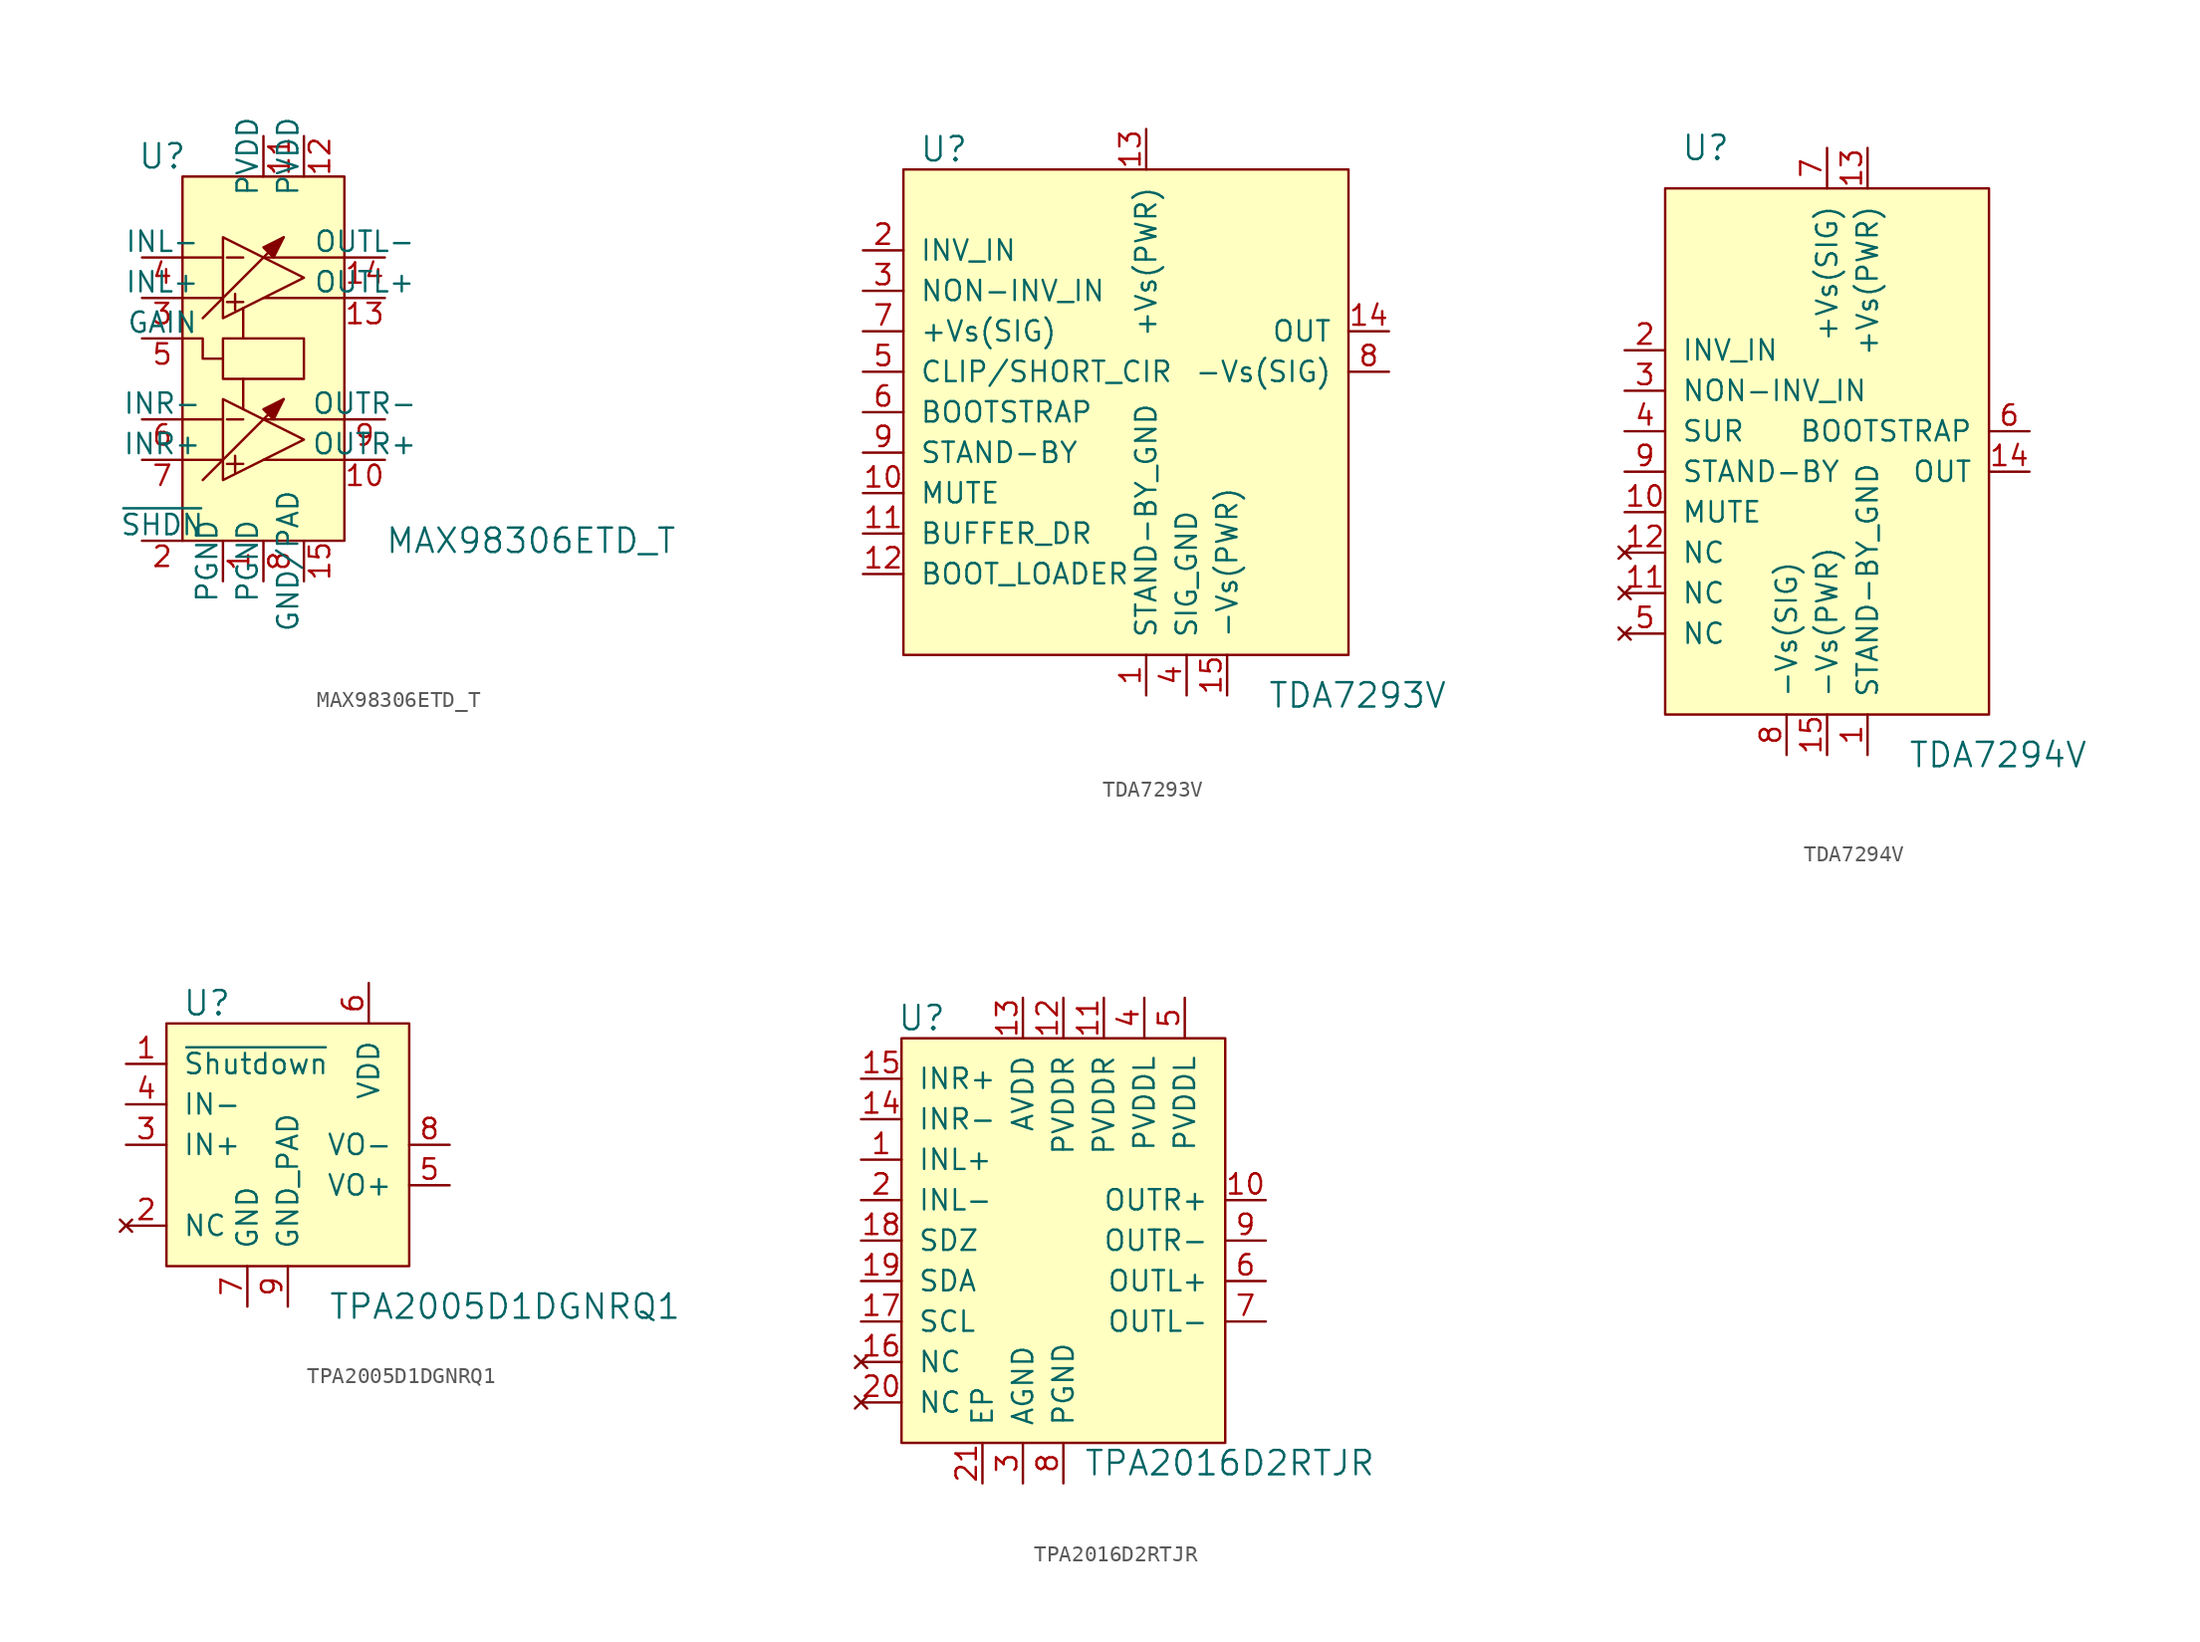
<source format=kicad_sym>
(kicad_symbol_lib
  (version 20231120)
  (generator "kicad_symbol_editor")
  (generator_version "8.0")
  (symbol "MAX98306ETD_T"
    (pin_names
      (offset 0))
    (property "Reference" "U"
      (at -6.35 11.43 0)
      (effects (font (size 1.524 1.524))))
    (property "Value" "MAX98306ETD_T"
      (at 7.62 -12.7 0)
      (effects (font (size 1.524 1.524)) (justify left)))
    (symbol "MAX98306ETD_T_0_1"
      (rectangle (start -5.08 10.16) (end 5.08 -12.7) (stroke (width 0) (type default)) (fill (type background)))
      (rectangle (start -2.54 0) (end 2.54 -2.54) (stroke (width 0) (type default)) (fill (type none)))
      (polyline (pts (xy -5.08 -7.62) (xy -2.54 -7.62)) (stroke (width 0) (type default)) (fill (type none)))
      (polyline (pts (xy -5.08 2.54) (xy -2.54 2.54)) (stroke (width 0) (type default)) (fill (type none)))
      (polyline (pts (xy -3.81 -8.89) (xy 1.27 -3.81)) (stroke (width 0) (type default)) (fill (type none)))
      (polyline (pts (xy -3.81 1.27) (xy 1.27 6.35)) (stroke (width 0) (type default)) (fill (type none)))
      (polyline (pts (xy -2.54 -5.08) (xy -5.08 -5.08)) (stroke (width 0) (type default)) (fill (type none)))
      (polyline (pts (xy -2.54 5.08) (xy -5.08 5.08)) (stroke (width 0) (type default)) (fill (type none)))
      (polyline (pts (xy -2.286 -7.874) (xy -1.27 -7.874)) (stroke (width 0) (type default)) (fill (type none)))
      (polyline (pts (xy -2.286 -5.08) (xy -1.27 -5.08)) (stroke (width 0) (type default)) (fill (type none)))
      (polyline (pts (xy -2.286 2.286) (xy -1.27 2.286)) (stroke (width 0) (type default)) (fill (type none)))
      (polyline (pts (xy -2.286 5.08) (xy -1.27 5.08)) (stroke (width 0) (type default)) (fill (type none)))
      (polyline (pts (xy -1.778 -7.366) (xy -1.778 -8.382)) (stroke (width 0) (type default)) (fill (type none)))
      (polyline (pts (xy -1.778 2.794) (xy -1.778 1.778)) (stroke (width 0) (type default)) (fill (type none)))
      (polyline (pts (xy -1.27 -4.445) (xy -1.27 -2.54)) (stroke (width 0) (type default)) (fill (type none)))
      (polyline (pts (xy -1.27 1.905) (xy -1.27 0)) (stroke (width 0) (type default)) (fill (type none)))
      (polyline (pts (xy 5.08 -7.62) (xy 0 -7.62)) (stroke (width 0) (type default)) (fill (type none)))
      (polyline (pts (xy 5.08 -5.08) (xy 0 -5.08)) (stroke (width 0) (type default)) (fill (type none)))
      (polyline (pts (xy 5.08 2.54) (xy 0 2.54)) (stroke (width 0) (type default)) (fill (type none)))
      (polyline (pts (xy 5.08 5.08) (xy 0 5.08)) (stroke (width 0) (type default)) (fill (type none)))
      (polyline (pts (xy -5.08 0) (xy -3.81 0) (xy -3.81 -1.27) (xy -2.54 -1.27)) (stroke (width 0) (type default)) (fill (type none)))
      (polyline (pts (xy -2.54 -3.81) (xy -2.54 -8.89) (xy 2.54 -6.35) (xy -2.54 -3.81)) (stroke (width 0) (type default)) (fill (type none)))
      (polyline (pts (xy -2.54 6.35) (xy -2.54 1.27) (xy 2.54 3.81) (xy -2.54 6.35)) (stroke (width 0) (type default)) (fill (type none)))
      (polyline (pts (xy 0 -4.445) (xy 1.27 -3.81) (xy 0.635 -5.08) (xy 0 -4.445)) (stroke (width 0) (type default)) (fill (type outline)))
      (polyline (pts (xy 0 5.715) (xy 1.27 6.35) (xy 0.635 5.08) (xy 0 5.715)) (stroke (width 0) (type default)) (fill (type outline))))
    (symbol "MAX98306ETD_T_1_1"
      (pin power_in line (at -2.54 -15.24 90) (length 2.54) (name "PGND" (effects (font (size 1.27 1.27)))) (number "1" (effects (font (size 1.27 1.27)))))
      (pin output line (at 7.62 -7.62 180) (length 2.54) (name "OUTR+" (effects (font (size 1.27 1.27)))) (number "10" (effects (font (size 1.27 1.27)))))
      (pin power_in line (at 0 12.7 270) (length 2.54) (name "PVDD" (effects (font (size 1.27 1.27)))) (number "11" (effects (font (size 1.27 1.27)))))
      (pin power_in line (at 2.54 12.7 270) (length 2.54) (name "PVDD" (effects (font (size 1.27 1.27)))) (number "12" (effects (font (size 1.27 1.27)))))
      (pin output line (at 7.62 2.54 180) (length 2.54) (name "OUTL+" (effects (font (size 1.27 1.27)))) (number "13" (effects (font (size 1.27 1.27)))))
      (pin output line (at 7.62 5.08 180) (length 2.54) (name "OUTL-" (effects (font (size 1.27 1.27)))) (number "14" (effects (font (size 1.27 1.27)))))
      (pin unspecified line (at 2.54 -15.24 90) (length 2.54) (name "GND/PAD" (effects (font (size 1.27 1.27)))) (number "15" (effects (font (size 1.27 1.27)))))
      (pin input line (at -7.62 -12.7 0) (length 2.54) (name "~{SHDN}" (effects (font (size 1.27 1.27)))) (number "2" (effects (font (size 1.27 1.27)))))
      (pin input line (at -7.62 2.54 0) (length 2.54) (name "INL+" (effects (font (size 1.27 1.27)))) (number "3" (effects (font (size 1.27 1.27)))))
      (pin input line (at -7.62 5.08 0) (length 2.54) (name "INL-" (effects (font (size 1.27 1.27)))) (number "4" (effects (font (size 1.27 1.27)))))
      (pin input line (at -7.62 0 0) (length 2.54) (name "GAIN" (effects (font (size 1.27 1.27)))) (number "5" (effects (font (size 1.27 1.27)))))
      (pin input line (at -7.62 -5.08 0) (length 2.54) (name "INR-" (effects (font (size 1.27 1.27)))) (number "6" (effects (font (size 1.27 1.27)))))
      (pin input line (at -7.62 -7.62 0) (length 2.54) (name "INR+" (effects (font (size 1.27 1.27)))) (number "7" (effects (font (size 1.27 1.27)))))
      (pin power_in line (at 0 -15.24 90) (length 2.54) (name "PGND" (effects (font (size 1.27 1.27)))) (number "8" (effects (font (size 1.27 1.27)))))
      (pin output line (at 7.62 -5.08 180) (length 2.54) (name "OUTR-" (effects (font (size 1.27 1.27)))) (number "9" (effects (font (size 1.27 1.27)))))))
  (symbol "TDA7293V"
    (pin_names
      (offset 1.016))
    (property "Reference" "U"
      (at -12.7 13.97 0)
      (effects (font (size 1.524 1.524))))
    (property "Value" "TDA7293V"
      (at 7.62 -20.32 0)
      (effects (font (size 1.524 1.524)) (justify left)))
    (symbol "TDA7293V_0_1"
      (rectangle (start -15.24 12.7) (end 12.7 -17.78) (stroke (width 0) (type default)) (fill (type background))))
    (symbol "TDA7293V_1_1"
      (pin power_in line (at 0 -20.32 90) (length 2.54) (name "STAND-BY_GND" (effects (font (size 1.27 1.27)))) (number "1" (effects (font (size 1.27 1.27)))))
      (pin input line (at -17.78 -7.62 0) (length 2.54) (name "MUTE" (effects (font (size 1.27 1.27)))) (number "10" (effects (font (size 1.27 1.27)))))
      (pin input line (at -17.78 -10.16 0) (length 2.54) (name "BUFFER_DR" (effects (font (size 1.27 1.27)))) (number "11" (effects (font (size 1.27 1.27)))))
      (pin passive line (at -17.78 -12.7 0) (length 2.54) (name "BOOT_LOADER" (effects (font (size 1.27 1.27)))) (number "12" (effects (font (size 1.27 1.27)))))
      (pin power_in line (at 0 15.24 270) (length 2.54) (name "+Vs(PWR)" (effects (font (size 1.27 1.27)))) (number "13" (effects (font (size 1.27 1.27)))))
      (pin output line (at 15.24 2.54 180) (length 2.54) (name "OUT" (effects (font (size 1.27 1.27)))) (number "14" (effects (font (size 1.27 1.27)))))
      (pin power_in line (at 5.08 -20.32 90) (length 2.54) (name "-Vs(PWR)" (effects (font (size 1.27 1.27)))) (number "15" (effects (font (size 1.27 1.27)))))
      (pin input line (at -17.78 7.62 0) (length 2.54) (name "INV_IN" (effects (font (size 1.27 1.27)))) (number "2" (effects (font (size 1.27 1.27)))))
      (pin input line (at -17.78 5.08 0) (length 2.54) (name "NON-INV_IN" (effects (font (size 1.27 1.27)))) (number "3" (effects (font (size 1.27 1.27)))))
      (pin power_in line (at 2.54 -20.32 90) (length 2.54) (name "SIG_GND" (effects (font (size 1.27 1.27)))) (number "4" (effects (font (size 1.27 1.27)))))
      (pin input line (at -17.78 0 0) (length 2.54) (name "CLIP/SHORT_CIR" (effects (font (size 1.27 1.27)))) (number "5" (effects (font (size 1.27 1.27)))))
      (pin passive line (at -17.78 -2.54 0) (length 2.54) (name "BOOTSTRAP" (effects (font (size 1.27 1.27)))) (number "6" (effects (font (size 1.27 1.27)))))
      (pin input line (at -17.78 2.54 0) (length 2.54) (name "+Vs(SIG)" (effects (font (size 1.27 1.27)))) (number "7" (effects (font (size 1.27 1.27)))))
      (pin output line (at 15.24 0 180) (length 2.54) (name "-Vs(SIG)" (effects (font (size 1.27 1.27)))) (number "8" (effects (font (size 1.27 1.27)))))
      (pin input line (at -17.78 -5.08 0) (length 2.54) (name "STAND-BY" (effects (font (size 1.27 1.27)))) (number "9" (effects (font (size 1.27 1.27)))))))
  (symbol "TDA7294V"
    (pin_names
      (offset 1.016))
    (property "Reference" "U"
      (at -7.62 17.78 0)
      (effects (font (size 1.524 1.524))))
    (property "Value" "TDA7294V"
      (at 5.08 -20.32 0)
      (effects (font (size 1.524 1.524)) (justify left)))
    (symbol "TDA7294V_0_1"
      (rectangle (start -10.16 15.24) (end 10.16 -17.78) (stroke (width 0) (type default)) (fill (type background))))
    (symbol "TDA7294V_1_1"
      (pin power_in line (at 2.54 -20.32 90) (length 2.54) (name "STAND-BY_GND" (effects (font (size 1.27 1.27)))) (number "1" (effects (font (size 1.27 1.27)))))
      (pin input line (at -12.7 -5.08 0) (length 2.54) (name "MUTE" (effects (font (size 1.27 1.27)))) (number "10" (effects (font (size 1.27 1.27)))))
      (pin no_connect line (at -12.7 -10.16 0) (length 2.54) (name "NC" (effects (font (size 1.27 1.27)))) (number "11" (effects (font (size 1.27 1.27)))))
      (pin no_connect line (at -12.7 -7.62 0) (length 2.54) (name "NC" (effects (font (size 1.27 1.27)))) (number "12" (effects (font (size 1.27 1.27)))))
      (pin power_in line (at 2.54 17.78 270) (length 2.54) (name "+Vs(PWR)" (effects (font (size 1.27 1.27)))) (number "13" (effects (font (size 1.27 1.27)))))
      (pin output line (at 12.7 -2.54 180) (length 2.54) (name "OUT" (effects (font (size 1.27 1.27)))) (number "14" (effects (font (size 1.27 1.27)))))
      (pin power_in line (at 0 -20.32 90) (length 2.54) (name "-Vs(PWR)" (effects (font (size 1.27 1.27)))) (number "15" (effects (font (size 1.27 1.27)))))
      (pin input line (at -12.7 5.08 0) (length 2.54) (name "INV_IN" (effects (font (size 1.27 1.27)))) (number "2" (effects (font (size 1.27 1.27)))))
      (pin input line (at -12.7 2.54 0) (length 2.54) (name "NON-INV_IN" (effects (font (size 1.27 1.27)))) (number "3" (effects (font (size 1.27 1.27)))))
      (pin input line (at -12.7 0 0) (length 2.54) (name "SUR" (effects (font (size 1.27 1.27)))) (number "4" (effects (font (size 1.27 1.27)))))
      (pin no_connect line (at -12.7 -12.7 0) (length 2.54) (name "NC" (effects (font (size 1.27 1.27)))) (number "5" (effects (font (size 1.27 1.27)))))
      (pin output line (at 12.7 0 180) (length 2.54) (name "BOOTSTRAP" (effects (font (size 1.27 1.27)))) (number "6" (effects (font (size 1.27 1.27)))))
      (pin power_in line (at 0 17.78 270) (length 2.54) (name "+Vs(SIG)" (effects (font (size 1.27 1.27)))) (number "7" (effects (font (size 1.27 1.27)))))
      (pin power_in line (at -2.54 -20.32 90) (length 2.54) (name "-Vs(SIG)" (effects (font (size 1.27 1.27)))) (number "8" (effects (font (size 1.27 1.27)))))
      (pin input line (at -12.7 -2.54 0) (length 2.54) (name "STAND-BY" (effects (font (size 1.27 1.27)))) (number "9" (effects (font (size 1.27 1.27)))))))
  (symbol "TPA2005D1DGNRQ1"
    (pin_names
      (offset 1.016))
    (property "Reference" "U"
      (at -10.16 6.35 0)
      (effects (font (size 1.524 1.524))))
    (property "Value" "TPA2005D1DGNRQ1"
      (at -2.54 -12.7 0)
      (effects (font (size 1.524 1.524)) (justify left)))
    (symbol "TPA2005D1DGNRQ1_0_1"
      (rectangle (start -12.7 5.08) (end 2.54 -10.16) (stroke (width 0) (type default)) (fill (type background))))
    (symbol "TPA2005D1DGNRQ1_1_1"
      (pin input line (at -15.24 2.54 0) (length 2.54) (name "~{Shutdown}" (effects (font (size 1.27 1.27)))) (number "1" (effects (font (size 1.27 1.27)))))
      (pin no_connect line (at -15.24 -7.62 0) (length 2.54) (name "NC" (effects (font (size 1.27 1.27)))) (number "2" (effects (font (size 1.27 1.27)))))
      (pin input line (at -15.24 -2.54 0) (length 2.54) (name "IN+" (effects (font (size 1.27 1.27)))) (number "3" (effects (font (size 1.27 1.27)))))
      (pin input line (at -15.24 0 0) (length 2.54) (name "IN-" (effects (font (size 1.27 1.27)))) (number "4" (effects (font (size 1.27 1.27)))))
      (pin output line (at 5.08 -5.08 180) (length 2.54) (name "VO+" (effects (font (size 1.27 1.27)))) (number "5" (effects (font (size 1.27 1.27)))))
      (pin power_in line (at 0 7.62 270) (length 2.54) (name "VDD" (effects (font (size 1.27 1.27)))) (number "6" (effects (font (size 1.27 1.27)))))
      (pin power_in line (at -7.62 -12.7 90) (length 2.54) (name "GND" (effects (font (size 1.27 1.27)))) (number "7" (effects (font (size 1.27 1.27)))))
      (pin output line (at 5.08 -2.54 180) (length 2.54) (name "VO-" (effects (font (size 1.27 1.27)))) (number "8" (effects (font (size 1.27 1.27)))))
      (pin power_in line (at -5.08 -12.7 90) (length 2.54) (name "GND_PAD" (effects (font (size 1.27 1.27)))) (number "9" (effects (font (size 1.27 1.27)))))))
  (symbol "TPA2016D2RTJR"
    (pin_names
      (offset 1.016))
    (property "Reference" "U"
      (at -6.35 3.81 0)
      (effects (font (size 1.524 1.524))))
    (property "Value" "TPA2016D2RTJR"
      (at 3.81 -24.13 0)
      (effects (font (size 1.524 1.524)) (justify left)))
    (symbol "TPA2016D2RTJR_0_1"
      (rectangle (start -7.62 2.54) (end 12.7 -22.86) (stroke (width 0) (type default)) (fill (type background))))
    (symbol "TPA2016D2RTJR_1_1"
      (pin input line (at -10.16 -5.08 0) (length 2.54) (name "INL+" (effects (font (size 1.27 1.27)))) (number "1" (effects (font (size 1.27 1.27)))))
      (pin output line (at 15.24 -7.62 180) (length 2.54) (name "OUTR+" (effects (font (size 1.27 1.27)))) (number "10" (effects (font (size 1.27 1.27)))))
      (pin power_in line (at 5.08 5.08 270) (length 2.54) (name "PVDDR" (effects (font (size 1.27 1.27)))) (number "11" (effects (font (size 1.27 1.27)))))
      (pin power_in line (at 2.54 5.08 270) (length 2.54) (name "PVDDR" (effects (font (size 1.27 1.27)))) (number "12" (effects (font (size 1.27 1.27)))))
      (pin power_in line (at 0 5.08 270) (length 2.54) (name "AVDD" (effects (font (size 1.27 1.27)))) (number "13" (effects (font (size 1.27 1.27)))))
      (pin input line (at -10.16 -2.54 0) (length 2.54) (name "INR-" (effects (font (size 1.27 1.27)))) (number "14" (effects (font (size 1.27 1.27)))))
      (pin input line (at -10.16 0 0) (length 2.54) (name "INR+" (effects (font (size 1.27 1.27)))) (number "15" (effects (font (size 1.27 1.27)))))
      (pin no_connect line (at -10.16 -17.78 0) (length 2.54) (name "NC" (effects (font (size 1.27 1.27)))) (number "16" (effects (font (size 1.27 1.27)))))
      (pin input line (at -10.16 -15.24 0) (length 2.54) (name "SCL" (effects (font (size 1.27 1.27)))) (number "17" (effects (font (size 1.27 1.27)))))
      (pin input line (at -10.16 -10.16 0) (length 2.54) (name "SDZ" (effects (font (size 1.27 1.27)))) (number "18" (effects (font (size 1.27 1.27)))))
      (pin bidirectional line (at -10.16 -12.7 0) (length 2.54) (name "SDA" (effects (font (size 1.27 1.27)))) (number "19" (effects (font (size 1.27 1.27)))))
      (pin input line (at -10.16 -7.62 0) (length 2.54) (name "INL-" (effects (font (size 1.27 1.27)))) (number "2" (effects (font (size 1.27 1.27)))))
      (pin no_connect line (at -10.16 -20.32 0) (length 2.54) (name "NC" (effects (font (size 1.27 1.27)))) (number "20" (effects (font (size 1.27 1.27)))))
      (pin passive line (at -2.54 -25.4 90) (length 2.54) (name "EP" (effects (font (size 1.27 1.27)))) (number "21" (effects (font (size 1.27 1.27)))))
      (pin power_in line (at 0 -25.4 90) (length 2.54) (name "AGND" (effects (font (size 1.27 1.27)))) (number "3" (effects (font (size 1.27 1.27)))))
      (pin power_in line (at 7.62 5.08 270) (length 2.54) (name "PVDDL" (effects (font (size 1.27 1.27)))) (number "4" (effects (font (size 1.27 1.27)))))
      (pin power_in line (at 10.16 5.08 270) (length 2.54) (name "PVDDL" (effects (font (size 1.27 1.27)))) (number "5" (effects (font (size 1.27 1.27)))))
      (pin output line (at 15.24 -12.7 180) (length 2.54) (name "OUTL+" (effects (font (size 1.27 1.27)))) (number "6" (effects (font (size 1.27 1.27)))))
      (pin output line (at 15.24 -15.24 180) (length 2.54) (name "OUTL-" (effects (font (size 1.27 1.27)))) (number "7" (effects (font (size 1.27 1.27)))))
      (pin power_in line (at 2.54 -25.4 90) (length 2.54) (name "PGND" (effects (font (size 1.27 1.27)))) (number "8" (effects (font (size 1.27 1.27)))))
      (pin output line (at 15.24 -10.16 180) (length 2.54) (name "OUTR-" (effects (font (size 1.27 1.27)))) (number "9" (effects (font (size 1.27 1.27))))))))
</source>
